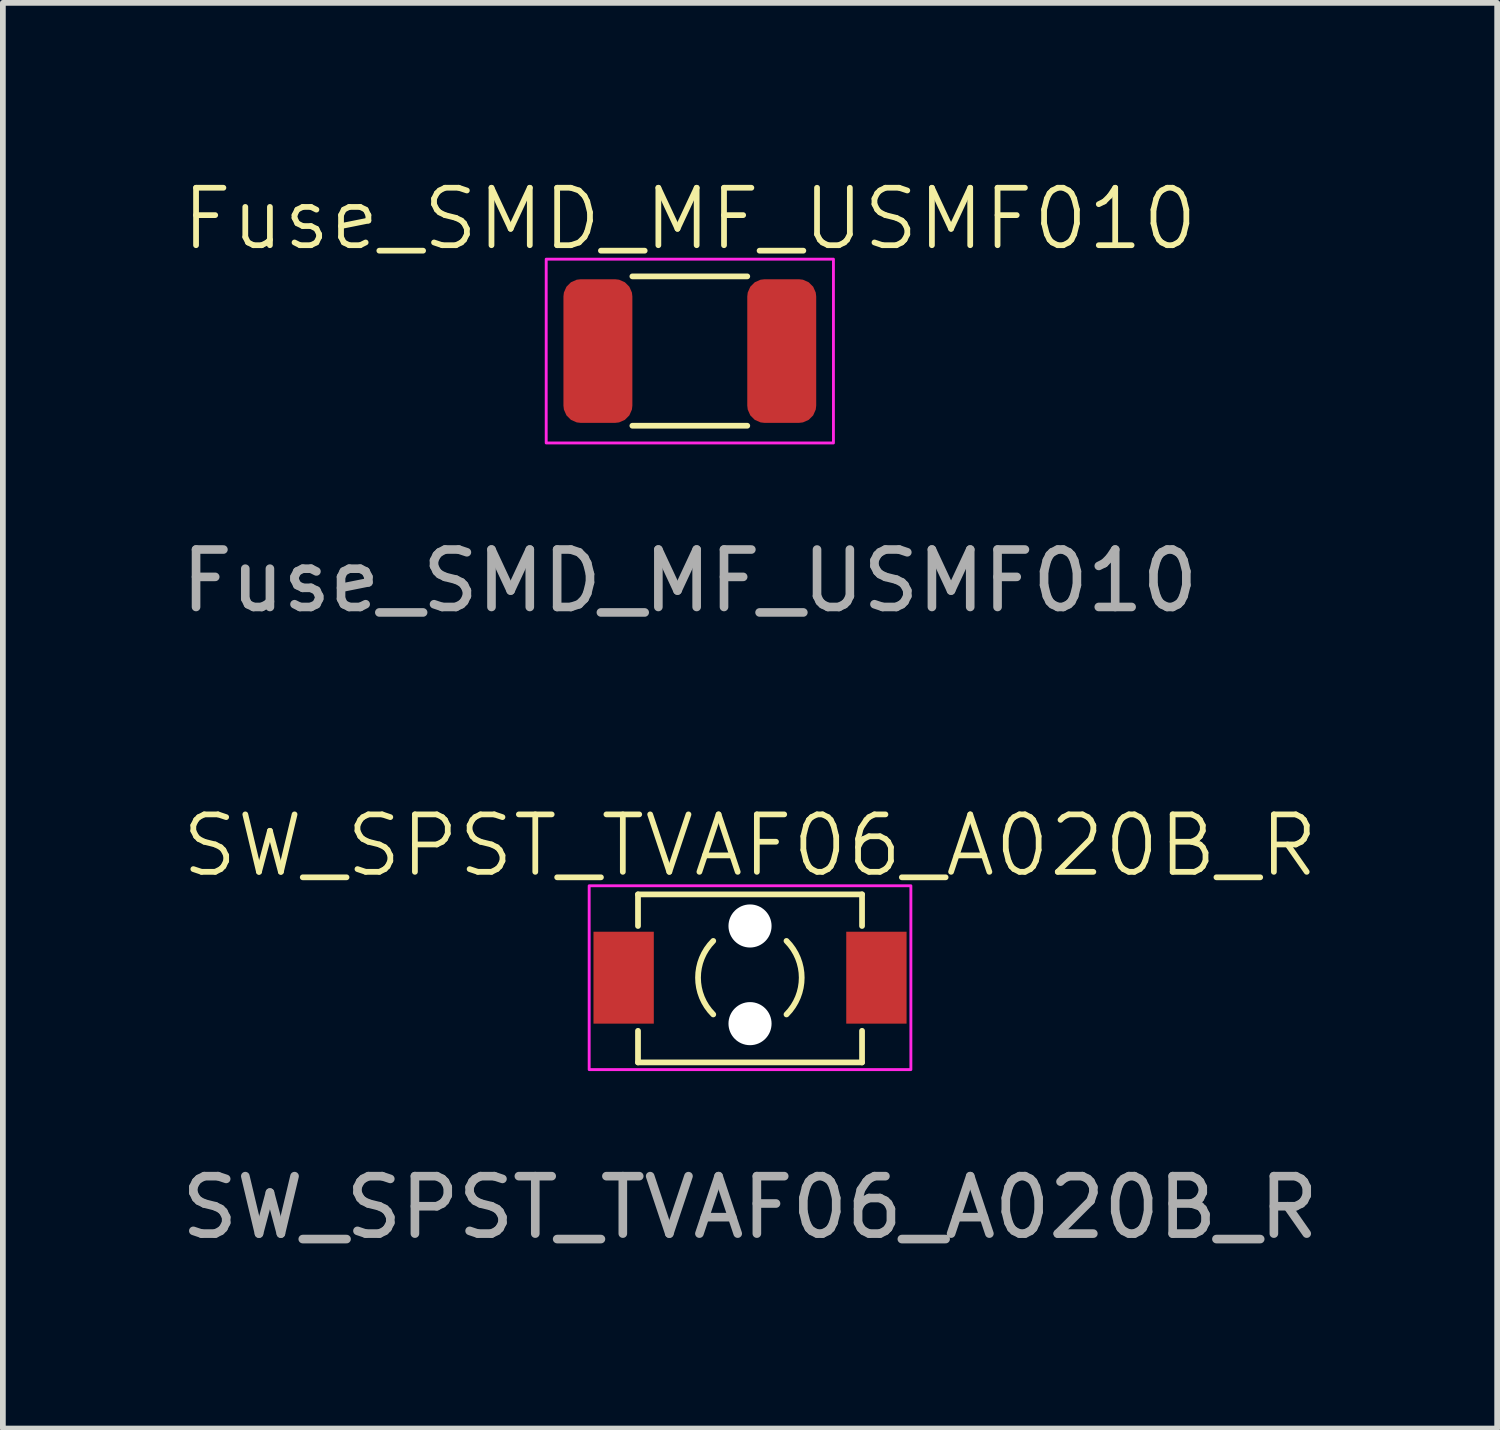
<source format=kicad_pcb>
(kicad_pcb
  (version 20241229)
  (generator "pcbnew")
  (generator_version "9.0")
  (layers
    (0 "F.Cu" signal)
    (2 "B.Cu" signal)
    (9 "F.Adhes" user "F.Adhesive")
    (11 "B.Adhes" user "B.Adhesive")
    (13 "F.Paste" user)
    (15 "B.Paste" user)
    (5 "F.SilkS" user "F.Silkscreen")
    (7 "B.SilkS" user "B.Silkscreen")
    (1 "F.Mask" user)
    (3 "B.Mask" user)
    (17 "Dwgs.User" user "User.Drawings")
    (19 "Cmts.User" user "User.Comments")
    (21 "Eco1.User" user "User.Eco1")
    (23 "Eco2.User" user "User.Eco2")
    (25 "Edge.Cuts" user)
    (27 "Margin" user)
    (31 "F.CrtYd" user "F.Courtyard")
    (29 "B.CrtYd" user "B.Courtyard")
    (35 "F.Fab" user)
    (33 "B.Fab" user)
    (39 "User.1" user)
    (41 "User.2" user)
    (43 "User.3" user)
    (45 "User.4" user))
  (footprint "SW_SPST_TVAF06_A020B_R"
    (layer "F.Cu")
    (at 10.006 13.969)
    (property "Reference" "SW_SPST_TVAF06_A020B_R" (at 0 -2.3 0) (unlocked yes) (layer "F.SilkS") (effects (font (size 1 1) (thickness 0.1))))
    (attr smd)
    (fp_line (start -1.95 -1.45) (end 1.95 -1.45) (stroke (width 0.1) (type default)) (layer "F.SilkS"))
    (fp_line (start -1.95 -0.9) (end -1.95 -1.45) (stroke (width 0.1) (type default)) (layer "F.SilkS"))
    (fp_line (start -1.95 1.475) (end -1.95 0.925) (stroke (width 0.1) (type default)) (layer "F.SilkS"))
    (fp_line (start 1.95 -1.45) (end 1.95 -0.9) (stroke (width 0.1) (type default)) (layer "F.SilkS"))
    (fp_line (start 1.95 0.925) (end 1.95 1.475) (stroke (width 0.1) (type default)) (layer "F.SilkS"))
    (fp_line (start 1.95 1.475) (end -1.95 1.475) (stroke (width 0.1) (type default)) (layer "F.SilkS"))
    (fp_arc (start -0.64 0.64) (mid -0.905097 0) (end -0.64 -0.64) (stroke (width 0.1) (type default)) (layer "F.SilkS"))
    (fp_arc (start 0.634903 -0.64) (mid 0.9 0) (end 0.634903 0.64) (stroke (width 0.1) (type default)) (layer "F.SilkS"))
    (fp_rect (start -2.8 -1.6) (end 2.8 1.6) (stroke (width 0.05) (type default)) (fill no) (layer "F.CrtYd"))
    (fp_text user "${REFERENCE}" (at 0 4 0) (unlocked yes) (layer "F.Fab") (effects (font (size 1 1) (thickness 0.15))))
    (pad "" np_thru_hole circle (at 0 -0.9 90) (size 0.75 0.75) (drill 0.75) (layers "*.Cu" "*.Mask"))
    (pad "" np_thru_hole circle (at 0 0.8 90) (size 0.75 0.75) (drill 0.75) (layers "*.Cu" "*.Mask"))
    (pad "1" smd rect (at -2.2 0 90) (size 1.6 1.05) (layers "F.Cu" "F.Mask" "F.Paste"))
    (pad "2" smd rect (at 2.2 0 270) (size 1.6 1.05) (layers "F.Cu" "F.Mask" "F.Paste")))
  (footprint "Fuse_SMD_MF_USMF010"
    (layer "F.Cu")
    (at 8.958 3.061)
    (property "Reference" "Fuse_SMD_MF_USMF010" (at 0 -2.3 0) (unlocked yes) (layer "F.SilkS") (effects (font (size 1 1) (thickness 0.1))))
    (attr smd)
    (fp_line (start 1 -1.3) (end -1 -1.3) (stroke (width 0.1) (type default)) (layer "F.SilkS"))
    (fp_line (start 1 1.3) (end -1 1.3) (stroke (width 0.1) (type default)) (layer "F.SilkS"))
    (fp_rect (start -2.5 -1.6) (end 2.5 1.6) (stroke (width 0.05) (type default)) (fill no) (layer "F.CrtYd"))
    (fp_text user "${REFERENCE}" (at 0 4 0) (unlocked yes) (layer "F.Fab") (effects (font (size 1 1) (thickness 0.15))))
    (pad "1" smd roundrect (at -1.6 0 180) (size 1.2 2.5) (layers "F.Cu" "F.Mask" "F.Paste") (roundrect_rratio 0.25))
    (pad "2" smd roundrect (at 1.6 0 180) (size 1.2 2.5) (layers "F.Cu" "F.Mask" "F.Paste") (roundrect_rratio 0.25)))
  (gr_rect
    (start -3 -3)
    (end 23.012 21.817)
    (stroke (width 0.1) (type default))
    (fill no)
    (layer "Edge.Cuts")))
</source>
